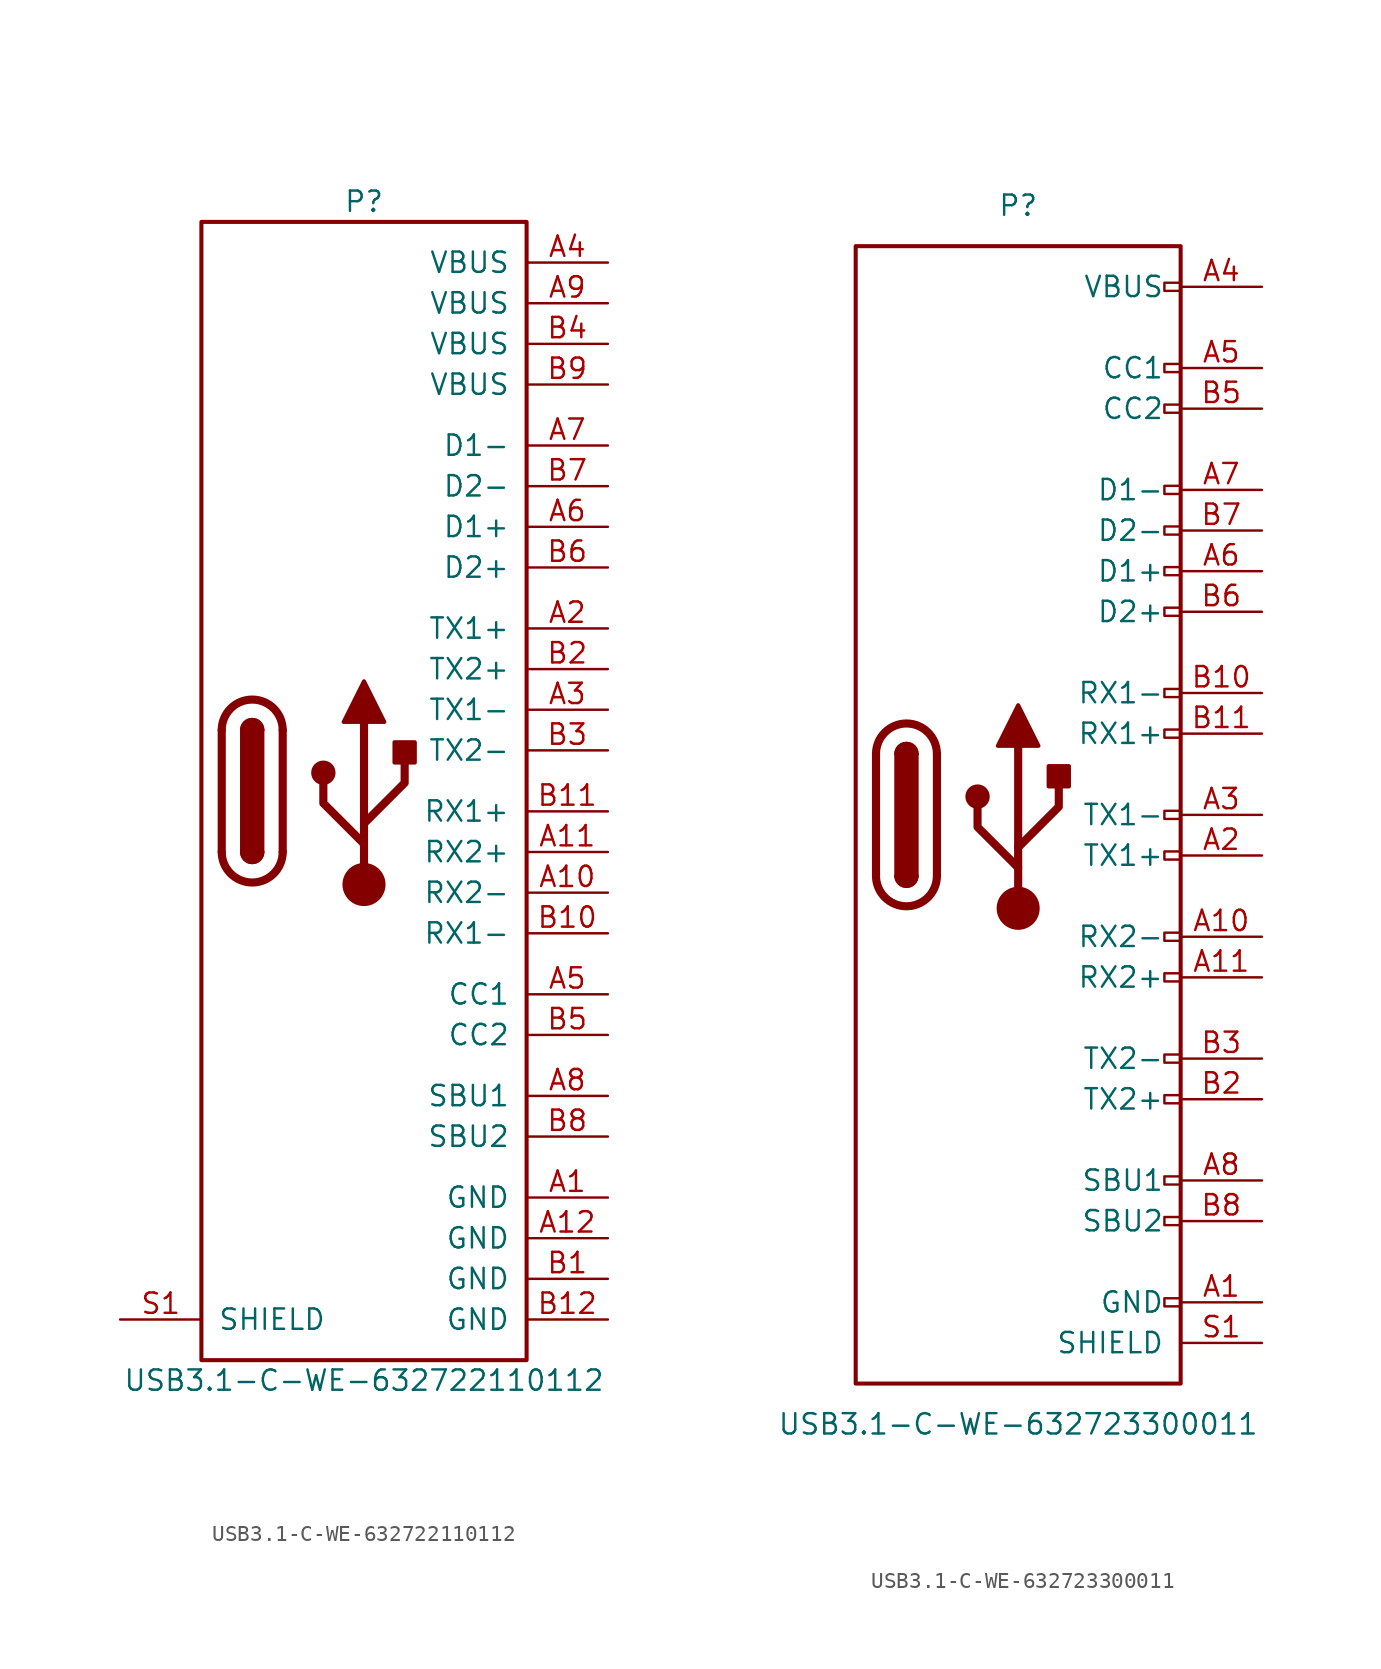
<source format=kicad_sym>
(kicad_symbol_lib
  (version 20201005)
  (generator kicad_symbol_editor)
  (symbol "USB3.1-C-WE-632722110112"
    (pin_names
      (offset 1.016))
    (property "Reference" "P"
      (at 0 36.83 0)
      (effects (font (size 1.27 1.27))))
    (property "Value" "USB3.1-C-WE-632722110112"
      (at 0 -36.83 0)
      (effects (font (size 1.27 1.27))))
    (symbol "USB3.1-C-WE-632722110112_0_1"
      (arc (start -8.89 -3.81) (end -5.08 -3.81) (radius (at -6.985 -3.81) (length 1.905) (angles -179.9 -0.1)) (stroke (width 0.508)) (fill (type none)))
      (arc (start -7.62 -3.81) (end -6.35 -3.81) (radius (at -6.985 -3.81) (length 0.635) (angles -179.9 -0.1)) (stroke (width 0.254)) (fill (type none)))
      (arc (start -7.62 -3.81) (end -6.35 -3.81) (radius (at -6.985 -3.81) (length 0.635) (angles -179.9 -0.1)) (stroke (width 0.254)) (fill (type outline)))
      (arc (start -6.35 3.81) (end -7.62 3.81) (radius (at -6.985 3.81) (length 0.635) (angles 0.1 179.9)) (stroke (width 0.254)) (fill (type outline)))
      (arc (start -6.35 3.81) (end -7.62 3.81) (radius (at -6.985 3.81) (length 0.635) (angles 0.1 179.9)) (stroke (width 0.254)) (fill (type none)))
      (arc (start -5.08 3.81) (end -8.89 3.81) (radius (at -6.985 3.81) (length 1.905) (angles 0.1 179.9)) (stroke (width 0.508)) (fill (type none)))
      (rectangle (start -10.16 35.56) (end 10.16 -35.56) (stroke (width 0.254)) (fill (type none)))
      (rectangle (start -7.62 -3.81) (end -6.35 3.81) (stroke (width 0.254)) (fill (type outline)))
      (polyline (pts (xy -8.89 -3.81) (xy -8.89 3.81)) (stroke (width 0.508)) (fill (type none)))
      (polyline (pts (xy -5.08 3.81) (xy -5.08 -3.81)) (stroke (width 0.508)) (fill (type none))))
    (symbol "USB3.1-C-WE-632722110112_1_1"
      (circle (center -2.54 1.143) (radius 0.635) (stroke (width 0.254)) (fill (type outline)))
      (circle (center 0 -5.842) (radius 1.27) (stroke (width 0)) (fill (type outline)))
      (rectangle (start 1.905 1.778) (end 3.175 3.048) (stroke (width 0.254)) (fill (type outline)))
      (polyline (pts (xy 0 -5.842) (xy 0 4.318)) (stroke (width 0.508)) (fill (type none)))
      (polyline (pts (xy 0 -3.302) (xy -2.54 -0.762) (xy -2.54 0.508)) (stroke (width 0.508)) (fill (type none)))
      (polyline (pts (xy 0 -2.032) (xy 2.54 0.508) (xy 2.54 1.778)) (stroke (width 0.508)) (fill (type none)))
      (polyline (pts (xy -1.27 4.318) (xy 0 6.858) (xy 1.27 4.318) (xy -1.27 4.318)) (stroke (width 0.254)) (fill (type outline)))
      (pin power_in line (at 15.24 -25.4 180) (length 5.08) (name "GND" (effects (font (size 1.27 1.27)))) (number "A1" (effects (font (size 1.27 1.27)))))
      (pin bidirectional line (at 15.24 -6.35 180) (length 5.08) (name "RX2-" (effects (font (size 1.27 1.27)))) (number "A10" (effects (font (size 1.27 1.27)))))
      (pin bidirectional line (at 15.24 -3.81 180) (length 5.08) (name "RX2+" (effects (font (size 1.27 1.27)))) (number "A11" (effects (font (size 1.27 1.27)))))
      (pin power_in line (at 15.24 -27.94 180) (length 5.08) (name "GND" (effects (font (size 1.27 1.27)))) (number "A12" (effects (font (size 1.27 1.27)))))
      (pin bidirectional line (at 15.24 10.16 180) (length 5.08) (name "TX1+" (effects (font (size 1.27 1.27)))) (number "A2" (effects (font (size 1.27 1.27)))))
      (pin bidirectional line (at 15.24 5.08 180) (length 5.08) (name "TX1-" (effects (font (size 1.27 1.27)))) (number "A3" (effects (font (size 1.27 1.27)))))
      (pin power_in line (at 15.24 33.02 180) (length 5.08) (name "VBUS" (effects (font (size 1.27 1.27)))) (number "A4" (effects (font (size 1.27 1.27)))))
      (pin bidirectional line (at 15.24 -12.7 180) (length 5.08) (name "CC1" (effects (font (size 1.27 1.27)))) (number "A5" (effects (font (size 1.27 1.27)))))
      (pin bidirectional line (at 15.24 16.51 180) (length 5.08) (name "D1+" (effects (font (size 1.27 1.27)))) (number "A6" (effects (font (size 1.27 1.27)))))
      (pin bidirectional line (at 15.24 21.59 180) (length 5.08) (name "D1-" (effects (font (size 1.27 1.27)))) (number "A7" (effects (font (size 1.27 1.27)))))
      (pin bidirectional line (at 15.24 -19.05 180) (length 5.08) (name "SBU1" (effects (font (size 1.27 1.27)))) (number "A8" (effects (font (size 1.27 1.27)))))
      (pin power_in line (at 15.24 30.48 180) (length 5.08) (name "VBUS" (effects (font (size 1.27 1.27)))) (number "A9" (effects (font (size 1.27 1.27)))))
      (pin power_in line (at 15.24 -30.48 180) (length 5.08) (name "GND" (effects (font (size 1.27 1.27)))) (number "B1" (effects (font (size 1.27 1.27)))))
      (pin bidirectional line (at 15.24 -8.89 180) (length 5.08) (name "RX1-" (effects (font (size 1.27 1.27)))) (number "B10" (effects (font (size 1.27 1.27)))))
      (pin bidirectional line (at 15.24 -1.27 180) (length 5.08) (name "RX1+" (effects (font (size 1.27 1.27)))) (number "B11" (effects (font (size 1.27 1.27)))))
      (pin power_in line (at 15.24 -33.02 180) (length 5.08) (name "GND" (effects (font (size 1.27 1.27)))) (number "B12" (effects (font (size 1.27 1.27)))))
      (pin bidirectional line (at 15.24 7.62 180) (length 5.08) (name "TX2+" (effects (font (size 1.27 1.27)))) (number "B2" (effects (font (size 1.27 1.27)))))
      (pin bidirectional line (at 15.24 2.54 180) (length 5.08) (name "TX2-" (effects (font (size 1.27 1.27)))) (number "B3" (effects (font (size 1.27 1.27)))))
      (pin power_in line (at 15.24 27.94 180) (length 5.08) (name "VBUS" (effects (font (size 1.27 1.27)))) (number "B4" (effects (font (size 1.27 1.27)))))
      (pin bidirectional line (at 15.24 -15.24 180) (length 5.08) (name "CC2" (effects (font (size 1.27 1.27)))) (number "B5" (effects (font (size 1.27 1.27)))))
      (pin bidirectional line (at 15.24 13.97 180) (length 5.08) (name "D2+" (effects (font (size 1.27 1.27)))) (number "B6" (effects (font (size 1.27 1.27)))))
      (pin bidirectional line (at 15.24 19.05 180) (length 5.08) (name "D2-" (effects (font (size 1.27 1.27)))) (number "B7" (effects (font (size 1.27 1.27)))))
      (pin bidirectional line (at 15.24 -21.59 180) (length 5.08) (name "SBU2" (effects (font (size 1.27 1.27)))) (number "B8" (effects (font (size 1.27 1.27)))))
      (pin power_in line (at 15.24 25.4 180) (length 5.08) (name "VBUS" (effects (font (size 1.27 1.27)))) (number "B9" (effects (font (size 1.27 1.27)))))
      (pin passive line (at -15.24 -33.02 0) (length 5.08) (name "SHIELD" (effects (font (size 1.27 1.27)))) (number "S1" (effects (font (size 1.27 1.27)))))))
  (symbol "USB3.1-C-WE-632723300011"
    (pin_names
      (offset 1.016))
    (property "Reference" "P"
      (at 0 38.1 0)
      (effects (font (size 1.27 1.27))))
    (property "Value" "USB3.1-C-WE-632723300011"
      (at 0 -38.1 0)
      (effects (font (size 1.27 1.27))))
    (symbol "USB3.1-C-WE-632723300011_0_0"
      (rectangle (start 10.16 -30.734) (end 9.144 -30.226) (stroke (width 0)) (fill (type none)))
      (rectangle (start 10.16 -25.146) (end 9.144 -25.654) (stroke (width 0)) (fill (type none)))
      (rectangle (start 10.16 -22.606) (end 9.144 -23.114) (stroke (width 0)) (fill (type none)))
      (rectangle (start 10.16 -17.526) (end 9.144 -18.034) (stroke (width 0)) (fill (type none)))
      (rectangle (start 10.16 -14.986) (end 9.144 -15.494) (stroke (width 0)) (fill (type none)))
      (rectangle (start 10.16 -9.906) (end 9.144 -10.414) (stroke (width 0)) (fill (type none)))
      (rectangle (start 10.16 -7.366) (end 9.144 -7.874) (stroke (width 0)) (fill (type none)))
      (rectangle (start 10.16 -2.286) (end 9.144 -2.794) (stroke (width 0)) (fill (type none)))
      (rectangle (start 10.16 0.254) (end 9.144 -0.254) (stroke (width 0)) (fill (type none)))
      (rectangle (start 10.16 5.334) (end 9.144 4.826) (stroke (width 0)) (fill (type none)))
      (rectangle (start 10.16 7.874) (end 9.144 7.366) (stroke (width 0)) (fill (type none)))
      (rectangle (start 10.16 12.954) (end 9.144 12.446) (stroke (width 0)) (fill (type none)))
      (rectangle (start 10.16 15.494) (end 9.144 14.986) (stroke (width 0)) (fill (type none)))
      (rectangle (start 10.16 18.034) (end 9.144 17.526) (stroke (width 0)) (fill (type none)))
      (rectangle (start 10.16 20.574) (end 9.144 20.066) (stroke (width 0)) (fill (type none)))
      (rectangle (start 10.16 25.654) (end 9.144 25.146) (stroke (width 0)) (fill (type none)))
      (rectangle (start 10.16 28.194) (end 9.144 27.686) (stroke (width 0)) (fill (type none)))
      (rectangle (start 10.16 33.274) (end 9.144 32.766) (stroke (width 0)) (fill (type none))))
    (symbol "USB3.1-C-WE-632723300011_0_1"
      (arc (start -8.89 -3.81) (end -5.08 -3.81) (radius (at -6.985 -3.81) (length 1.905) (angles -179.9 -0.1)) (stroke (width 0.508)) (fill (type none)))
      (arc (start -7.62 -3.81) (end -6.35 -3.81) (radius (at -6.985 -3.81) (length 0.635) (angles -179.9 -0.1)) (stroke (width 0.254)) (fill (type none)))
      (arc (start -7.62 -3.81) (end -6.35 -3.81) (radius (at -6.985 -3.81) (length 0.635) (angles -179.9 -0.1)) (stroke (width 0.254)) (fill (type outline)))
      (arc (start -6.35 3.81) (end -7.62 3.81) (radius (at -6.985 3.81) (length 0.635) (angles 0.1 179.9)) (stroke (width 0.254)) (fill (type outline)))
      (arc (start -6.35 3.81) (end -7.62 3.81) (radius (at -6.985 3.81) (length 0.635) (angles 0.1 179.9)) (stroke (width 0.254)) (fill (type none)))
      (arc (start -5.08 3.81) (end -8.89 3.81) (radius (at -6.985 3.81) (length 1.905) (angles 0.1 179.9)) (stroke (width 0.508)) (fill (type none)))
      (rectangle (start -10.16 35.56) (end 10.16 -35.56) (stroke (width 0.254)) (fill (type none)))
      (rectangle (start -7.62 -3.81) (end -6.35 3.81) (stroke (width 0.254)) (fill (type outline)))
      (polyline (pts (xy -8.89 -3.81) (xy -8.89 3.81)) (stroke (width 0.508)) (fill (type none)))
      (polyline (pts (xy -5.08 3.81) (xy -5.08 -3.81)) (stroke (width 0.508)) (fill (type none))))
    (symbol "USB3.1-C-WE-632723300011_1_1"
      (circle (center -2.54 1.143) (radius 0.635) (stroke (width 0.254)) (fill (type outline)))
      (circle (center 0 -5.842) (radius 1.27) (stroke (width 0)) (fill (type outline)))
      (rectangle (start 1.905 1.778) (end 3.175 3.048) (stroke (width 0.254)) (fill (type outline)))
      (polyline (pts (xy 0 -5.842) (xy 0 4.318)) (stroke (width 0.508)) (fill (type none)))
      (polyline (pts (xy 0 -3.302) (xy -2.54 -0.762) (xy -2.54 0.508)) (stroke (width 0.508)) (fill (type none)))
      (polyline (pts (xy 0 -2.032) (xy 2.54 0.508) (xy 2.54 1.778)) (stroke (width 0.508)) (fill (type none)))
      (polyline (pts (xy -1.27 4.318) (xy 0 6.858) (xy 1.27 4.318) (xy -1.27 4.318)) (stroke (width 0.254)) (fill (type outline)))
      (pin power_in line (at 15.24 -30.48 180) (length 5.08) (name "GND" (effects (font (size 1.27 1.27)))) (number "A1" (effects (font (size 1.27 1.27)))))
      (pin bidirectional line (at 15.24 -7.62 180) (length 5.08) (name "RX2-" (effects (font (size 1.27 1.27)))) (number "A10" (effects (font (size 1.27 1.27)))))
      (pin bidirectional line (at 15.24 -10.16 180) (length 5.08) (name "RX2+" (effects (font (size 1.27 1.27)))) (number "A11" (effects (font (size 1.27 1.27)))))
      (pin passive line (at 15.24 -30.48 180) (length 5.08) hide (name "GND" (effects (font (size 1.27 1.27)))) (number "A12" (effects (font (size 1.27 1.27)))))
      (pin bidirectional line (at 15.24 -2.54 180) (length 5.08) (name "TX1+" (effects (font (size 1.27 1.27)))) (number "A2" (effects (font (size 1.27 1.27)))))
      (pin bidirectional line (at 15.24 0 180) (length 5.08) (name "TX1-" (effects (font (size 1.27 1.27)))) (number "A3" (effects (font (size 1.27 1.27)))))
      (pin power_in line (at 15.24 33.02 180) (length 5.08) (name "VBUS" (effects (font (size 1.27 1.27)))) (number "A4" (effects (font (size 1.27 1.27)))))
      (pin bidirectional line (at 15.24 27.94 180) (length 5.08) (name "CC1" (effects (font (size 1.27 1.27)))) (number "A5" (effects (font (size 1.27 1.27)))))
      (pin bidirectional line (at 15.24 15.24 180) (length 5.08) (name "D1+" (effects (font (size 1.27 1.27)))) (number "A6" (effects (font (size 1.27 1.27)))))
      (pin bidirectional line (at 15.24 20.32 180) (length 5.08) (name "D1-" (effects (font (size 1.27 1.27)))) (number "A7" (effects (font (size 1.27 1.27)))))
      (pin bidirectional line (at 15.24 -22.86 180) (length 5.08) (name "SBU1" (effects (font (size 1.27 1.27)))) (number "A8" (effects (font (size 1.27 1.27)))))
      (pin passive line (at 15.24 33.02 180) (length 5.08) hide (name "VBUS" (effects (font (size 1.27 1.27)))) (number "A9" (effects (font (size 1.27 1.27)))))
      (pin passive line (at 15.24 -30.48 180) (length 5.08) hide (name "GND" (effects (font (size 1.27 1.27)))) (number "B1" (effects (font (size 1.27 1.27)))))
      (pin bidirectional line (at 15.24 7.62 180) (length 5.08) (name "RX1-" (effects (font (size 1.27 1.27)))) (number "B10" (effects (font (size 1.27 1.27)))))
      (pin bidirectional line (at 15.24 5.08 180) (length 5.08) (name "RX1+" (effects (font (size 1.27 1.27)))) (number "B11" (effects (font (size 1.27 1.27)))))
      (pin passive line (at 15.24 -30.48 180) (length 5.08) hide (name "GND" (effects (font (size 1.27 1.27)))) (number "B12" (effects (font (size 1.27 1.27)))))
      (pin bidirectional line (at 15.24 -17.78 180) (length 5.08) (name "TX2+" (effects (font (size 1.27 1.27)))) (number "B2" (effects (font (size 1.27 1.27)))))
      (pin bidirectional line (at 15.24 -15.24 180) (length 5.08) (name "TX2-" (effects (font (size 1.27 1.27)))) (number "B3" (effects (font (size 1.27 1.27)))))
      (pin passive line (at 15.24 33.02 180) (length 5.08) hide (name "VBUS" (effects (font (size 1.27 1.27)))) (number "B4" (effects (font (size 1.27 1.27)))))
      (pin bidirectional line (at 15.24 25.4 180) (length 5.08) (name "CC2" (effects (font (size 1.27 1.27)))) (number "B5" (effects (font (size 1.27 1.27)))))
      (pin bidirectional line (at 15.24 12.7 180) (length 5.08) (name "D2+" (effects (font (size 1.27 1.27)))) (number "B6" (effects (font (size 1.27 1.27)))))
      (pin bidirectional line (at 15.24 17.78 180) (length 5.08) (name "D2-" (effects (font (size 1.27 1.27)))) (number "B7" (effects (font (size 1.27 1.27)))))
      (pin bidirectional line (at 15.24 -25.4 180) (length 5.08) (name "SBU2" (effects (font (size 1.27 1.27)))) (number "B8" (effects (font (size 1.27 1.27)))))
      (pin passive line (at 15.24 33.02 180) (length 5.08) hide (name "VBUS" (effects (font (size 1.27 1.27)))) (number "B9" (effects (font (size 1.27 1.27)))))
      (pin passive line (at 15.24 -33.02 180) (length 5.08) (name "SHIELD" (effects (font (size 1.27 1.27)))) (number "S1" (effects (font (size 1.27 1.27))))))))
</source>
